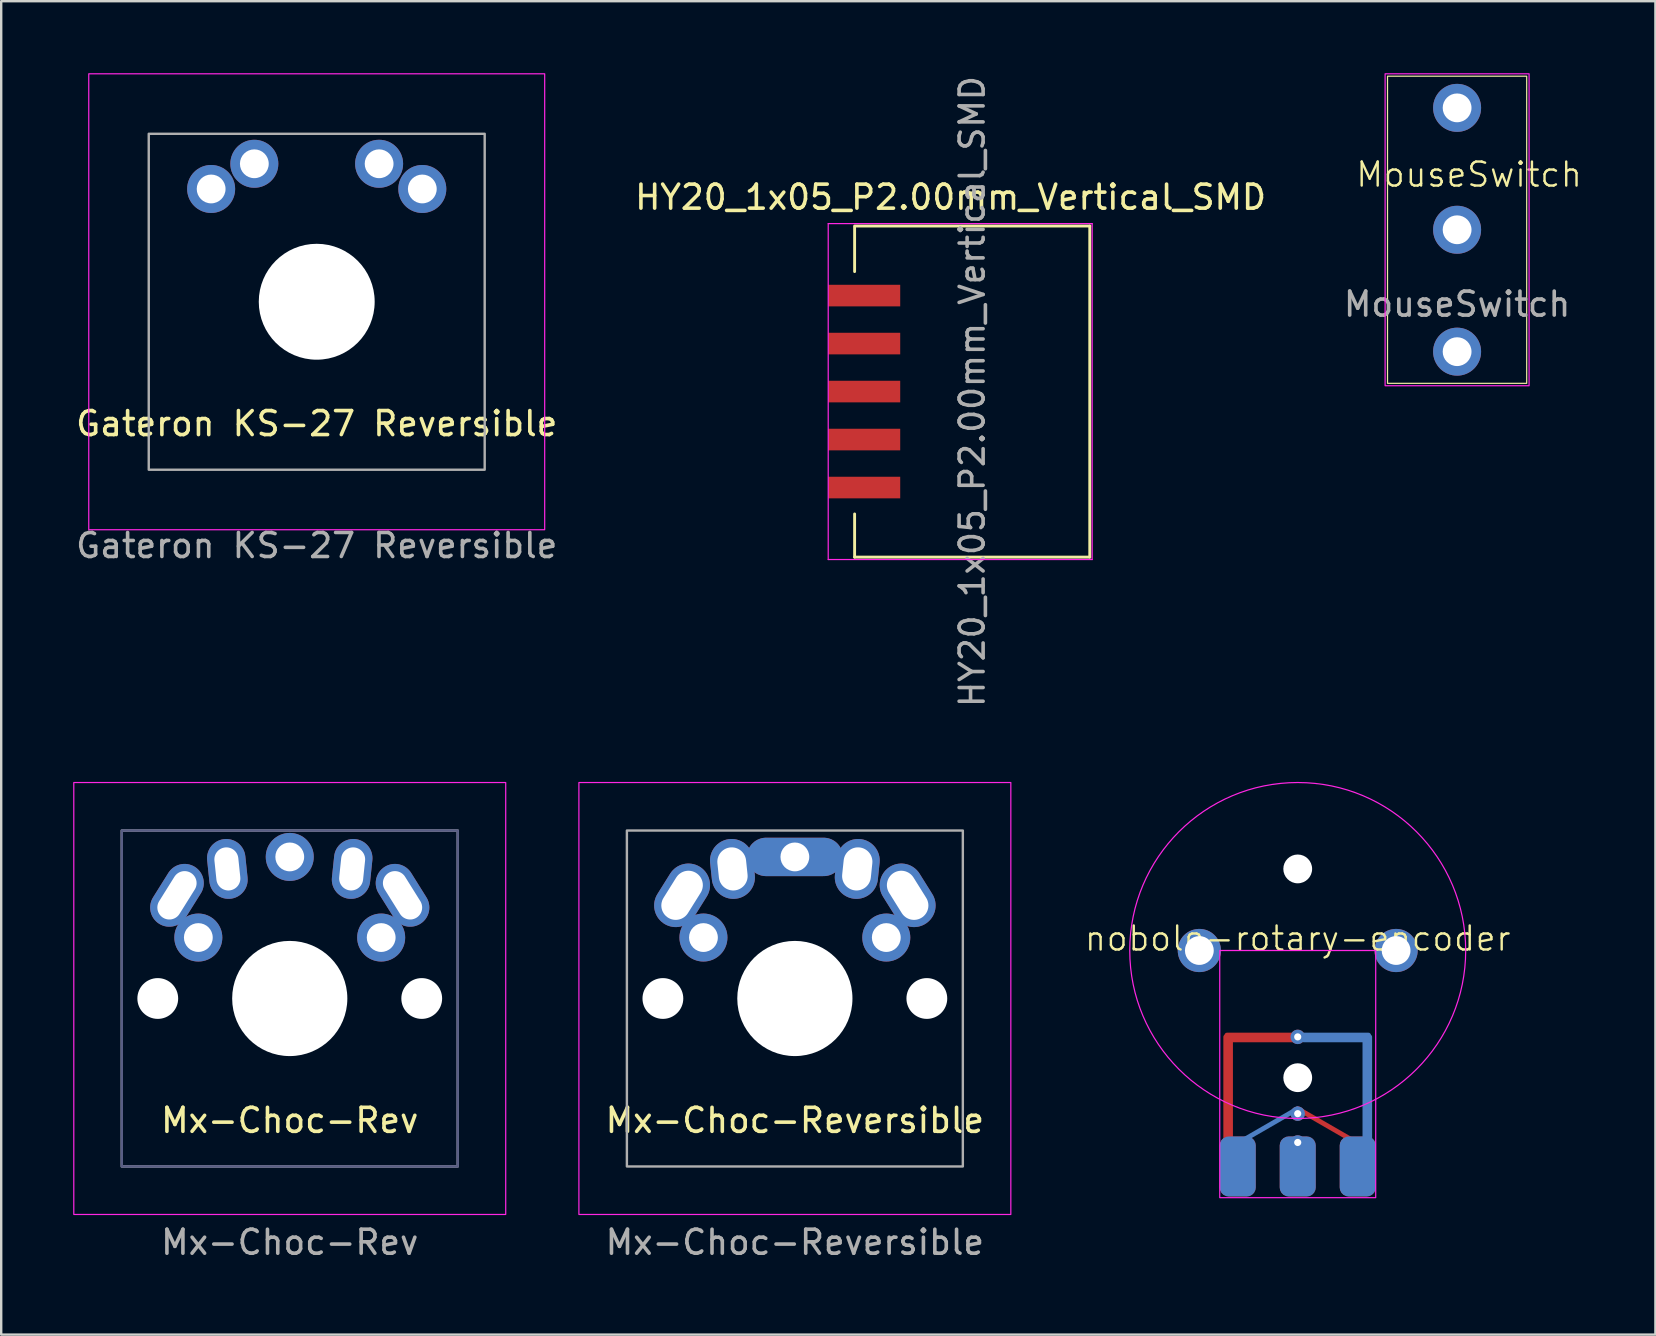
<source format=kicad_pcb>
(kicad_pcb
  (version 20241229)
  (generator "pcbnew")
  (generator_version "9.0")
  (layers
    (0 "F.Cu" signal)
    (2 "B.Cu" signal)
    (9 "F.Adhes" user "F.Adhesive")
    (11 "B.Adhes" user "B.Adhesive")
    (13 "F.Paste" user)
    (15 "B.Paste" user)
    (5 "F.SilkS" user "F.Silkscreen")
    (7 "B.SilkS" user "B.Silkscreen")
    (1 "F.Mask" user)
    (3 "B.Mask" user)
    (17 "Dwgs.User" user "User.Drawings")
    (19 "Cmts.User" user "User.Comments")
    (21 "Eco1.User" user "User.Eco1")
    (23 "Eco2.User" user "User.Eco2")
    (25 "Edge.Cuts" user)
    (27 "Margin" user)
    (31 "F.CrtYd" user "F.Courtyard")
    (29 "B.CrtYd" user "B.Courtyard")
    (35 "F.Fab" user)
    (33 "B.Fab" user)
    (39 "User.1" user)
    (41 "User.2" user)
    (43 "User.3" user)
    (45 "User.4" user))
  (footprint "Mx-Choc-Rev"
    (layer "F.Cu")
    (at 9.025 38.561)
    (property "Reference" "Mx-Choc-Rev" (at 0 5.08 0) (unlocked yes) (layer "F.SilkS") (effects (font (size 1 1) (thickness 0.15))))
    (attr through_hole)
    (fp_line (start -3.07 -5.37) (end -2.06 -5.46) (stroke (width 0.2) (type solid)) (layer "F.Cu"))
    (fp_rect (start -9 -9) (end 9 9) (stroke (width 0.05) (type solid)) (fill no) (layer "F.CrtYd"))
    (fp_rect (start -7 -7) (end 7 7) (stroke (width 0.1) (type solid)) (fill no) (layer "B.Fab"))
    (fp_rect (start -7 -7) (end 7 7) (stroke (width 0.1) (type solid)) (fill no) (layer "F.Fab"))
    (fp_rect (start -7 -7) (end 7 7) (stroke (width 0.1) (type solid)) (fill no) (layer "User.1"))
    (fp_text user "${REFERENCE}" (at 0 10.16 0) (unlocked yes) (layer "F.Fab") (effects (font (size 1 1) (thickness 0.15))))
    (pad "" np_thru_hole circle (at -5.5 0) (size 1.7 1.7) (drill 1.7) (layers "*.Cu" "*.Mask"))
    (pad "" np_thru_hole circle (at 0 0) (size 4.8 4.8) (drill 4.8) (layers "*.Cu" "*.Mask"))
    (pad "" np_thru_hole circle (at 5.5 0) (size 1.7 1.7) (drill 1.7) (layers "*.Cu" "*.Mask"))
    (pad "1" thru_hole oval (at -4.7 -4.3 58) (size 2.8 1.6) (drill oval 2.2 1) (layers "*.Cu" "*.Mask"))
    (pad "1" thru_hole circle (at -3.81 -2.54) (size 2 2) (drill 1.2) (layers "*.Cu" "*.Mask"))
    (pad "1" thru_hole circle (at 3.81 -2.54) (size 2 2) (drill 1.2) (layers "*.Cu" "*.Mask"))
    (pad "1" thru_hole oval (at 4.7 -4.3 302) (size 2.8 1.6) (drill oval 2.2 1) (layers "*.Cu" "*.Mask"))
    (pad "2" thru_hole oval (at -2.6 -5.4 96) (size 2.5 1.6) (drill oval 1.8 1) (layers "*.Cu" "*.Mask"))
    (pad "2" thru_hole oval (at 0 -5.9) (size 2 2) (drill 1.2) (layers "*.Cu" "*.Mask"))
    (pad "2" thru_hole oval (at 2.6 -5.4 264) (size 2.5 1.6) (drill oval 1.8 1) (layers "*.Cu" "*.Mask")))
  (footprint "Mx-Choc-Reversible"
    (layer "F.Cu")
    (at 30.075 38.561)
    (property "Reference" "Mx-Choc-Reversible" (at 0 5.08 0) (unlocked yes) (layer "F.SilkS") (effects (font (size 1 1) (thickness 0.15))))
    (attr through_hole)
    (fp_line (start -3.07 -5.37) (end -2.06 -5.46) (stroke (width 0.2) (type solid)) (layer "F.Cu"))
    (fp_rect (start -9 -9) (end 9 9) (stroke (width 0.05) (type solid)) (fill no) (layer "F.CrtYd"))
    (fp_rect (start -7 -7) (end 7 7) (stroke (width 0.1) (type solid)) (fill no) (layer "F.Fab"))
    (fp_line (start -3.07 -5.37) (end -2.07 -5.46) (stroke (width 0.12) (type solid)) (layer "User.1"))
    (fp_line (start -2.69 -6.34) (end -2.49 -4.51) (stroke (width 0.12) (type solid)) (layer "User.1"))
    (fp_text user "${REFERENCE}" (at 0 10.16 0) (unlocked yes) (layer "F.Fab") (effects (font (size 1 1) (thickness 0.15))))
    (pad "" np_thru_hole circle (at -5.5 0) (size 1.7 1.7) (drill 1.7) (layers "*.Cu" "*.Mask"))
    (pad "" np_thru_hole circle (at 0 0) (size 4.8 4.8) (drill 4.8) (layers "*.Cu" "*.Mask"))
    (pad "" np_thru_hole circle (at 5.5 0) (size 1.7 1.7) (drill 1.7) (layers "*.Cu" "*.Mask"))
    (pad "1" thru_hole oval (at -4.7 -4.3 58) (size 2.8 1.8) (drill oval 2.2 1.2) (layers "*.Cu" "*.Mask"))
    (pad "1" thru_hole circle (at -3.81 -2.54) (size 2 2) (drill 1.2) (layers "*.Cu" "*.Mask"))
    (pad "1" thru_hole circle (at 3.81 -2.54) (size 2 2) (drill 1.2) (layers "*.Cu" "*.Mask"))
    (pad "1" thru_hole oval (at 4.7 -4.3 302) (size 2.8 1.8) (drill oval 2.2 1.2) (layers "*.Cu" "*.Mask"))
    (pad "2" thru_hole oval (at -2.6 -5.4 96) (size 2.5 1.8) (drill oval 1.8 1.2) (layers "*.Cu" "*.Mask"))
    (pad "2" thru_hole oval (at 0 -5.9) (size 4 1.6) (drill 1.2) (layers "*.Cu" "*.Mask"))
    (pad "2" thru_hole oval (at 2.6 -5.4 264) (size 2.5 1.8) (drill oval 1.8 1.2) (layers "*.Cu" "*.Mask")))
  (footprint "HY20_1x05_P2.00mm_Vertical_SMD"
    (layer "F.Cu")
    (at 36.465 13.268)
    (property "Reference" "HY20_1x05_P2.00mm_Vertical_SMD" (at 0.1 -8.1 0) (layer "F.SilkS") (effects (font (size 1 1) (thickness 0.15))))
    (attr smd)
    (fp_line (start -3.9 -5) (end -3.9 -6.85) (stroke (width 0.12) (type solid)) (layer "F.SilkS"))
    (fp_line (start -3.9 6.9) (end -3.9 5.1) (stroke (width 0.12) (type solid)) (layer "F.SilkS"))
    (fp_line (start 5.9 -6.9) (end -3.9 -6.9) (stroke (width 0.12) (type solid)) (layer "F.SilkS"))
    (fp_line (start 5.9 6.9) (end -3.9 6.9) (stroke (width 0.12) (type solid)) (layer "F.SilkS"))
    (fp_line (start 5.9 6.9) (end 5.9 -6.9) (stroke (width 0.12) (type solid)) (layer "F.SilkS"))
    (fp_line (start -5 -7) (end 6 -7) (stroke (width 0.05) (type solid)) (layer "F.CrtYd"))
    (fp_line (start -5 7) (end -5 -7) (stroke (width 0.05) (type solid)) (layer "F.CrtYd"))
    (fp_line (start 6 -7) (end 6 7) (stroke (width 0.05) (type solid)) (layer "F.CrtYd"))
    (fp_line (start 6 7) (end -5 7) (stroke (width 0.05) (type solid)) (layer "F.CrtYd"))
    (fp_text user "${REFERENCE}" (at 1 0 270) (layer "F.Fab") (effects (font (size 1 1) (thickness 0.15))))
    (pad "1" smd rect (at -3.5 -4 180) (size 3 0.9) (layers "F.Cu" "F.Mask" "F.Paste"))
    (pad "2" smd rect (at -3.5 -2 180) (size 3 0.9) (layers "F.Cu" "F.Mask" "F.Paste"))
    (pad "3" smd rect (at -3.5 0 180) (size 3 0.9) (layers "F.Cu" "F.Mask" "F.Paste"))
    (pad "4" smd rect (at -3.5 2 180) (size 3 0.9) (layers "F.Cu" "F.Mask" "F.Paste"))
    (pad "5" smd rect (at -3.5 4 180) (size 3 0.9) (layers "F.Cu" "F.Mask" "F.Paste")))
  (footprint "Gateron KS-27 Reversible"
    (layer "F.Cu")
    (at 10.149 9.525)
    (property "Reference" "Gateron KS-27 Reversible" (at 0 5.08 0) (unlocked yes) (layer "F.SilkS") (effects (font (size 1 1) (thickness 0.15))))
    (attr through_hole)
    (fp_rect (start -9.5 -9.5) (end 9.5 9.5) (stroke (width 0.05) (type solid)) (fill no) (layer "F.CrtYd"))
    (fp_rect (start -7 -7) (end 7 7) (stroke (width 0.1) (type solid)) (fill no) (layer "F.Fab"))
    (fp_text user "${REFERENCE}" (at 0 10.16 0) (unlocked yes) (layer "F.Fab") (effects (font (size 1 1) (thickness 0.15))))
    (pad "" np_thru_hole circle (at 0 0) (size 4.83 4.83) (drill 4.83) (layers "*.Cu" "*.Mask"))
    (pad "1" thru_hole circle (at -4.4 -4.7) (size 2 2) (drill 1.2) (layers "*.Cu" "*.Mask"))
    (pad "1" thru_hole circle (at -2.6 -5.75) (size 2 2) (drill 1.2) (layers "*.Cu" "*.Mask"))
    (pad "2" thru_hole circle (at 2.6 -5.75) (size 2 2) (drill 1.2) (layers "*.Cu" "*.Mask"))
    (pad "2" thru_hole circle (at 4.4 -4.7) (size 2 2) (drill 1.2) (layers "*.Cu" "*.Mask")))
  (footprint "MouseSwitch"
    (layer "F.Cu")
    (at 57.673 6.525)
    (property "Reference" "MouseSwitch" (at 0.5 -2.3 0) (unlocked yes) (layer "F.SilkS") (effects (font (size 1 1) (thickness 0.1))))
    (attr through_hole)
    (fp_rect (start -2.9 -6.4) (end 2.9 6.4) (stroke (width 0.05) (type default)) (fill no) (layer "F.SilkS"))
    (fp_rect (start -3 -6.5) (end 3 6.5) (stroke (width 0.05) (type default)) (fill no) (layer "F.CrtYd"))
    (fp_text user "${REFERENCE}" (at 0 3.1 0) (unlocked yes) (layer "F.Fab") (effects (font (size 1 1) (thickness 0.15))))
    (pad "1" thru_hole circle (at 0 -5.08) (size 2 2) (drill 1.2) (layers "*.Cu" "*.Mask"))
    (pad "2" thru_hole circle (at 0 0) (size 2 2) (drill 1.2) (layers "*.Cu" "*.Mask"))
    (pad "3" thru_hole circle (at 0 5.08) (size 2 2) (drill 1.2) (layers "*.Cu" "*.Mask")))
  (footprint "nobole-rotary-encoder"
    (layer "F.Cu")
    (at 51.031 36.561)
    (property "Reference" "nobole-rotary-encoder" (at 0 -0.5 0) (unlocked yes) (layer "F.SilkS") (effects (font (size 1 1) (thickness 0.1))))
    (attr smd)
    (fp_rect (start -3.25 0) (end 3.25 10.3) (stroke (width 0.05) (type default)) (fill no) (layer "F.CrtYd"))
    (fp_circle (center 0 0) (end 7 0) (stroke (width 0.05) (type default)) (fill no) (layer "F.CrtYd"))
    (pad "" np_thru_hole circle (at 0 -3.4) (size 1.2 1.2) (drill 1.2) (layers "*.Cu" "*.Mask"))
    (pad "" np_thru_hole circle (at 0 5.3) (size 1.2 1.2) (drill 1.2) (layers "*.Cu" "*.Mask"))
    (pad "A" thru_hole circle (at 0 8) (size 0.6 0.6) (drill 0.3) (layers "*.Cu" "*.Mask"))
    (pad "A" smd roundrect (at 0 9) (size 1.5 2.5) (layers "F.Cu" "F.Mask" "F.Paste") (roundrect_rratio 0.25))
    (pad "A" smd roundrect (at 0 9) (size 1.5 2.5) (layers "B.Cu" "B.Mask" "B.Paste") (roundrect_rratio 0.25))
    (pad "B" smd roundrect (at -2.5 9) (size 1.5 2.5) (layers "B.Cu" "B.Mask" "B.Paste") (roundrect_rratio 0.25))
    (pad "B" smd roundrect (at -1.4 7.4 120) (size 0.2 3.35) (layers "B.Cu" "B.Mask" "B.Paste") (roundrect_rratio 0.25))
    (pad "B" thru_hole circle (at 0 6.8) (size 0.6 0.6) (drill 0.3) (layers "*.Cu" "*.Mask"))
    (pad "B" smd roundrect (at 1.4 7.4 60) (size 0.2 3.35) (layers "F.Cu" "F.Mask" "F.Paste") (roundrect_rratio 0.25))
    (pad "B" smd roundrect (at 2.5 9) (size 1.5 2.5) (layers "F.Cu" "F.Mask" "F.Paste") (roundrect_rratio 0.25))
    (pad "C" smd roundrect (at -2.9 6) (size 0.4 5) (layers "F.Cu" "F.Mask" "F.Paste") (roundrect_rratio 0.25))
    (pad "C" smd roundrect (at -2.5 9) (size 1.5 2.5) (layers "F.Cu" "F.Mask" "F.Paste") (roundrect_rratio 0.25))
    (pad "C" smd roundrect (at -1.5 3.625 90) (size 0.4 3.1) (layers "F.Cu" "F.Mask" "F.Paste") (roundrect_rratio 0.25))
    (pad "C" thru_hole circle (at 0 3.6) (size 0.6 0.6) (drill 0.3) (layers "*.Cu" "*.Mask"))
    (pad "C" smd roundrect (at 1.6 3.625 270) (size 0.4 2.9) (layers "B.Cu" "B.Mask" "B.Paste") (roundrect_rratio 0.25))
    (pad "C" smd roundrect (at 2.5 9) (size 1.5 2.5) (layers "B.Cu" "B.Mask" "B.Paste") (roundrect_rratio 0.25))
    (pad "C" smd roundrect (at 2.9 6) (size 0.4 5) (layers "B.Cu" "B.Mask" "B.Paste") (roundrect_rratio 0.25))
    (pad "MP" thru_hole circle (at -4.1 0) (size 1.8 1.8) (drill 1.2) (layers "*.Cu" "*.Mask"))
    (pad "MP" thru_hole circle (at 4.1 0) (size 1.8 1.8) (drill 1.2) (layers "*.Cu" "*.Mask")))
  (gr_rect
    (start -3 -3)
    (end 65.937 52.569)
    (stroke (width 0.1) (type default))
    (fill no)
    (layer "Edge.Cuts")))
</source>
